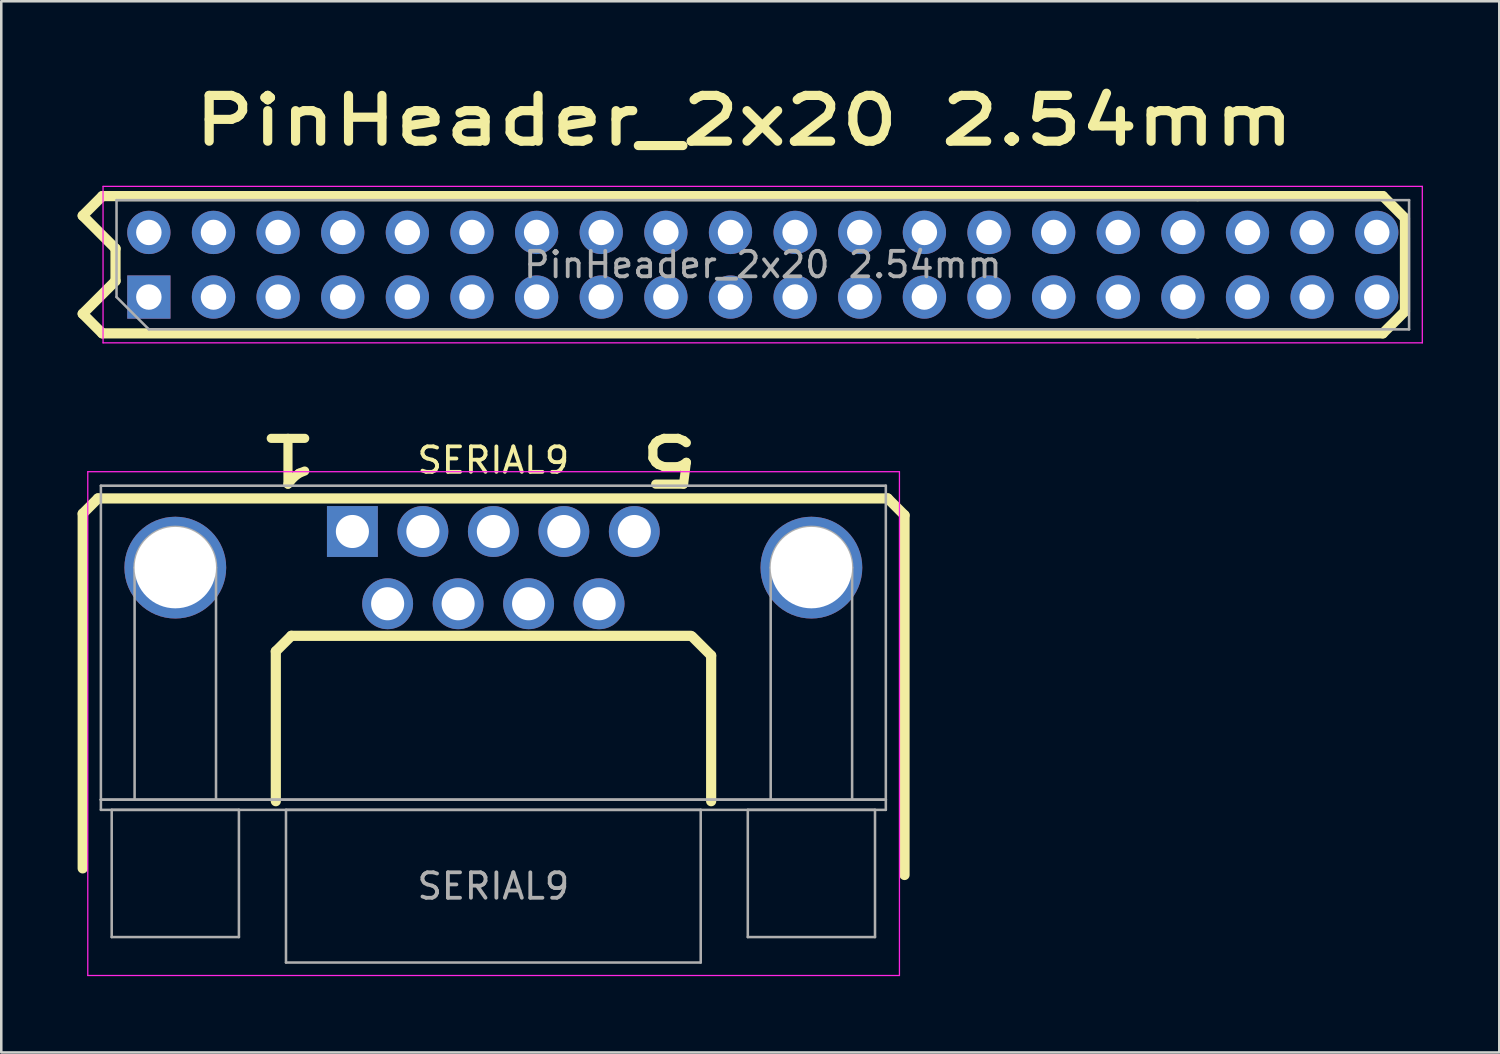
<source format=kicad_pcb>
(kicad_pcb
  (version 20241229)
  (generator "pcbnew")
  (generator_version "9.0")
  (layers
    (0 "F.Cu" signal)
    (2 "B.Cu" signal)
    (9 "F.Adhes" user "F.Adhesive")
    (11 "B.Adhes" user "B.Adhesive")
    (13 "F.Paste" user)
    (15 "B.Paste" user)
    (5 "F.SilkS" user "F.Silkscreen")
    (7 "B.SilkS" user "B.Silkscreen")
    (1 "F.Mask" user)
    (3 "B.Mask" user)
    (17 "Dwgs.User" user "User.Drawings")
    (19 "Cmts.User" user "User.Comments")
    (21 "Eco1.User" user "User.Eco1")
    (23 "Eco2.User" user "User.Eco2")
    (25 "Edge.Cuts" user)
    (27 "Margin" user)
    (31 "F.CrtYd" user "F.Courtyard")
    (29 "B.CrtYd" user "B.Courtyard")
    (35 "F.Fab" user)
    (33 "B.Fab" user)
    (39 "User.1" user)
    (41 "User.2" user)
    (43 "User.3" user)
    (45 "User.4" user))
  (footprint "PinHeader_2x20 2.54mm"
    (layer "F.Cu")
    (at 2.73 8.635)
    (property "Reference" "PinHeader_2x20 2.54mm" (at 23.47 -6.95 0) (layer "F.SilkS") (effects (font (size 1.8 2.3) (thickness 0.36) (bold yes))))
    (attr through_hole)
    (fp_line (start -2.53 -3.208) (end -1.24 -1.917) (stroke (width 0.4) (type default)) (layer "F.SilkS"))
    (fp_line (start -2.53 0.647) (end -1.24 -0.642) (stroke (width 0.4) (type default)) (layer "F.SilkS"))
    (fp_line (start -1.76 -3.978) (end -2.53 -3.208) (stroke (width 0.4) (type default)) (layer "F.SilkS"))
    (fp_line (start -1.76 1.417) (end -2.53 0.647) (stroke (width 0.4) (type default)) (layer "F.SilkS"))
    (fp_line (start -1.24 -0.642) (end -1.24 -1.917) (stroke (width 0.4) (type default)) (layer "F.SilkS"))
    (fp_line (start 41.29 -3.978) (end -1.76 -3.978) (stroke (width 0.4) (type default)) (layer "F.SilkS"))
    (fp_line (start 41.29 -3.978) (end 48.57 -3.978) (stroke (width 0.4) (type default)) (layer "F.SilkS"))
    (fp_line (start 41.29 1.417) (end -1.76 1.417) (stroke (width 0.4) (type default)) (layer "F.SilkS"))
    (fp_line (start 41.29 1.417) (end 48.57 1.417) (stroke (width 0.4) (type default)) (layer "F.SilkS"))
    (fp_line (start 48.57 -3.978) (end 49.438 -3.11) (stroke (width 0.4) (type default)) (layer "F.SilkS"))
    (fp_line (start 48.57 1.417) (end 49.438 0.55) (stroke (width 0.4) (type default)) (layer "F.SilkS"))
    (fp_line (start 49.438 -3.11) (end 49.438 0.55) (stroke (width 0.4) (type default)) (layer "F.SilkS"))
    (fp_line (start -1.73 -4.36) (end -1.73 1.79) (stroke (width 0.05) (type solid)) (layer "F.CrtYd"))
    (fp_line (start -1.73 1.79) (end 50.12 1.79) (stroke (width 0.05) (type solid)) (layer "F.CrtYd"))
    (fp_line (start 50.12 -4.36) (end -1.73 -4.36) (stroke (width 0.05) (type solid)) (layer "F.CrtYd"))
    (fp_line (start 50.12 1.79) (end 50.12 -4.36) (stroke (width 0.05) (type solid)) (layer "F.CrtYd"))
    (fp_line (start -1.2 -3.82) (end 49.6 -3.82) (stroke (width 0.1) (type solid)) (layer "F.Fab"))
    (fp_line (start -1.2 -0.01) (end -1.2 -3.82) (stroke (width 0.1) (type solid)) (layer "F.Fab"))
    (fp_line (start 0.07 1.26) (end -1.2 -0.01) (stroke (width 0.1) (type solid)) (layer "F.Fab"))
    (fp_line (start 49.6 -3.82) (end 49.6 1.26) (stroke (width 0.1) (type solid)) (layer "F.Fab"))
    (fp_line (start 49.6 1.26) (end 0.07 1.26) (stroke (width 0.1) (type solid)) (layer "F.Fab"))
    (fp_text user "${REFERENCE}" (at 24.2 -1.28 0) (layer "F.Fab") (effects (font (size 1 1) (thickness 0.15))))
    (pad "1" thru_hole rect (at 0.07 -0.01 90) (size 1.7 1.7) (drill 1) (layers "*.Cu" "*.Mask"))
    (pad "2" thru_hole oval (at 0.07 -2.55 90) (size 1.7 1.7) (drill 1) (layers "*.Cu" "*.Mask"))
    (pad "3" thru_hole oval (at 2.61 -0.01 90) (size 1.7 1.7) (drill 1) (layers "*.Cu" "*.Mask"))
    (pad "4" thru_hole oval (at 2.61 -2.55 90) (size 1.7 1.7) (drill 1) (layers "*.Cu" "*.Mask"))
    (pad "5" thru_hole oval (at 5.15 -0.01 90) (size 1.7 1.7) (drill 1) (layers "*.Cu" "*.Mask"))
    (pad "6" thru_hole oval (at 5.15 -2.55 90) (size 1.7 1.7) (drill 1) (layers "*.Cu" "*.Mask"))
    (pad "7" thru_hole oval (at 7.69 -0.01 90) (size 1.7 1.7) (drill 1) (layers "*.Cu" "*.Mask"))
    (pad "8" thru_hole oval (at 7.69 -2.55 90) (size 1.7 1.7) (drill 1) (layers "*.Cu" "*.Mask"))
    (pad "9" thru_hole oval (at 10.23 -0.01 90) (size 1.7 1.7) (drill 1) (layers "*.Cu" "*.Mask"))
    (pad "10" thru_hole oval (at 10.23 -2.55 90) (size 1.7 1.7) (drill 1) (layers "*.Cu" "*.Mask"))
    (pad "11" thru_hole oval (at 12.77 -0.01 90) (size 1.7 1.7) (drill 1) (layers "*.Cu" "*.Mask"))
    (pad "12" thru_hole oval (at 12.77 -2.55 90) (size 1.7 1.7) (drill 1) (layers "*.Cu" "*.Mask"))
    (pad "13" thru_hole oval (at 15.31 -0.01 90) (size 1.7 1.7) (drill 1) (layers "*.Cu" "*.Mask"))
    (pad "14" thru_hole oval (at 15.31 -2.55 90) (size 1.7 1.7) (drill 1) (layers "*.Cu" "*.Mask"))
    (pad "15" thru_hole oval (at 17.85 -0.01 90) (size 1.7 1.7) (drill 1) (layers "*.Cu" "*.Mask"))
    (pad "16" thru_hole oval (at 17.85 -2.55 90) (size 1.7 1.7) (drill 1) (layers "*.Cu" "*.Mask"))
    (pad "17" thru_hole oval (at 20.39 -0.01 90) (size 1.7 1.7) (drill 1) (layers "*.Cu" "*.Mask"))
    (pad "18" thru_hole oval (at 20.39 -2.55 90) (size 1.7 1.7) (drill 1) (layers "*.Cu" "*.Mask"))
    (pad "19" thru_hole oval (at 22.93 -0.01 90) (size 1.7 1.7) (drill 1) (layers "*.Cu" "*.Mask"))
    (pad "20" thru_hole oval (at 22.93 -2.55 90) (size 1.7 1.7) (drill 1) (layers "*.Cu" "*.Mask"))
    (pad "21" thru_hole oval (at 25.47 -0.01 90) (size 1.7 1.7) (drill 1) (layers "*.Cu" "*.Mask"))
    (pad "22" thru_hole oval (at 25.47 -2.55 90) (size 1.7 1.7) (drill 1) (layers "*.Cu" "*.Mask"))
    (pad "23" thru_hole oval (at 28.01 -0.01 90) (size 1.7 1.7) (drill 1) (layers "*.Cu" "*.Mask"))
    (pad "24" thru_hole oval (at 28.01 -2.55 90) (size 1.7 1.7) (drill 1) (layers "*.Cu" "*.Mask"))
    (pad "25" thru_hole oval (at 30.55 -0.01 90) (size 1.7 1.7) (drill 1) (layers "*.Cu" "*.Mask"))
    (pad "26" thru_hole oval (at 30.55 -2.55 90) (size 1.7 1.7) (drill 1) (layers "*.Cu" "*.Mask"))
    (pad "27" thru_hole oval (at 33.09 -0.01 90) (size 1.7 1.7) (drill 1) (layers "*.Cu" "*.Mask"))
    (pad "28" thru_hole oval (at 33.09 -2.55 90) (size 1.7 1.7) (drill 1) (layers "*.Cu" "*.Mask"))
    (pad "29" thru_hole oval (at 35.63 -0.01 90) (size 1.7 1.7) (drill 1) (layers "*.Cu" "*.Mask"))
    (pad "30" thru_hole oval (at 35.63 -2.55 90) (size 1.7 1.7) (drill 1) (layers "*.Cu" "*.Mask"))
    (pad "31" thru_hole oval (at 38.17 -0.01 90) (size 1.7 1.7) (drill 1) (layers "*.Cu" "*.Mask"))
    (pad "32" thru_hole oval (at 38.17 -2.55 90) (size 1.7 1.7) (drill 1) (layers "*.Cu" "*.Mask"))
    (pad "33" thru_hole oval (at 40.71 -0.01 90) (size 1.7 1.7) (drill 1) (layers "*.Cu" "*.Mask"))
    (pad "34" thru_hole oval (at 40.71 -2.55 90) (size 1.7 1.7) (drill 1) (layers "*.Cu" "*.Mask"))
    (pad "35" thru_hole oval (at 43.25 -0.01 90) (size 1.7 1.7) (drill 1) (layers "*.Cu" "*.Mask"))
    (pad "36" thru_hole oval (at 43.25 -2.55 90) (size 1.7 1.7) (drill 1) (layers "*.Cu" "*.Mask"))
    (pad "37" thru_hole oval (at 45.79 -0.01 90) (size 1.7 1.7) (drill 1) (layers "*.Cu" "*.Mask"))
    (pad "38" thru_hole oval (at 45.79 -2.55 90) (size 1.7 1.7) (drill 1) (layers "*.Cu" "*.Mask"))
    (pad "39" thru_hole oval (at 48.33 -0.01 90) (size 1.7 1.7) (drill 1) (layers "*.Cu" "*.Mask"))
    (pad "40" thru_hole oval (at 48.33 -2.55 90) (size 1.7 1.7) (drill 1) (layers "*.Cu" "*.Mask")))
  (footprint "SERIAL9"
    (layer "F.Cu")
    (at 10.8 17.839)
    (property "Reference" "SERIAL9" (at 5.54 -2.8 0) (layer "F.SilkS") (effects (font (size 1 1) (thickness 0.15))))
    (attr through_hole)
    (fp_line (start -10.6 -0.7) (end -10.6 13.24) (stroke (width 0.4) (type default)) (layer "F.SilkS"))
    (fp_line (start -10 -1.3) (end -10.6 -0.7) (stroke (width 0.4) (type default)) (layer "F.SilkS"))
    (fp_line (start -3.01 4.71) (end -3.01 10.6) (stroke (width 0.4) (type default)) (layer "F.SilkS"))
    (fp_line (start -2.4 4.1) (end -3.01 4.71) (stroke (width 0.4) (type default)) (layer "F.SilkS"))
    (fp_line (start 13.3 4.1) (end -2.4 4.1) (stroke (width 0.4) (type default)) (layer "F.SilkS"))
    (fp_line (start 14.1 4.875) (end 13.35 4.125) (stroke (width 0.4) (type default)) (layer "F.SilkS"))
    (fp_line (start 14.1 10.6) (end 14.1 4.875) (stroke (width 0.4) (type default)) (layer "F.SilkS"))
    (fp_line (start 21.04 -1.3) (end -10 -1.3) (stroke (width 0.4) (type default)) (layer "F.SilkS"))
    (fp_line (start 21.7 -0.64) (end 21.04 -1.3) (stroke (width 0.4) (type default)) (layer "F.SilkS"))
    (fp_line (start 21.7 13.5) (end 21.7 -0.64) (stroke (width 0.4) (type default)) (layer "F.SilkS"))
    (fp_line (start -10.4 -2.35) (end -10.4 17.45) (stroke (width 0.05) (type solid)) (layer "F.CrtYd"))
    (fp_line (start -10.4 17.45) (end 21.5 17.45) (stroke (width 0.05) (type solid)) (layer "F.CrtYd"))
    (fp_line (start 21.5 -2.35) (end -10.4 -2.35) (stroke (width 0.05) (type solid)) (layer "F.CrtYd"))
    (fp_line (start 21.5 17.45) (end 21.5 -2.35) (stroke (width 0.05) (type solid)) (layer "F.CrtYd"))
    (fp_line (start -9.885 -1.8) (end -9.885 10.54) (stroke (width 0.1) (type solid)) (layer "F.Fab"))
    (fp_line (start -9.885 10.54) (end -9.885 10.94) (stroke (width 0.1) (type solid)) (layer "F.Fab"))
    (fp_line (start -9.885 10.54) (end 20.965 10.54) (stroke (width 0.1) (type solid)) (layer "F.Fab"))
    (fp_line (start -9.885 10.94) (end 20.965 10.94) (stroke (width 0.1) (type solid)) (layer "F.Fab"))
    (fp_line (start -9.46 10.94) (end -9.46 15.94) (stroke (width 0.1) (type solid)) (layer "F.Fab"))
    (fp_line (start -9.46 15.94) (end -4.46 15.94) (stroke (width 0.1) (type solid)) (layer "F.Fab"))
    (fp_line (start -8.56 10.54) (end -8.56 1.42) (stroke (width 0.1) (type solid)) (layer "F.Fab"))
    (fp_line (start -5.36 10.54) (end -5.36 1.42) (stroke (width 0.1) (type solid)) (layer "F.Fab"))
    (fp_line (start -4.46 10.94) (end -9.46 10.94) (stroke (width 0.1) (type solid)) (layer "F.Fab"))
    (fp_line (start -4.46 15.94) (end -4.46 10.94) (stroke (width 0.1) (type solid)) (layer "F.Fab"))
    (fp_line (start -2.61 10.94) (end -2.61 16.94) (stroke (width 0.1) (type solid)) (layer "F.Fab"))
    (fp_line (start -2.61 16.94) (end 13.69 16.94) (stroke (width 0.1) (type solid)) (layer "F.Fab"))
    (fp_line (start 13.69 10.94) (end -2.61 10.94) (stroke (width 0.1) (type solid)) (layer "F.Fab"))
    (fp_line (start 13.69 16.94) (end 13.69 10.94) (stroke (width 0.1) (type solid)) (layer "F.Fab"))
    (fp_line (start 15.54 10.94) (end 15.54 15.94) (stroke (width 0.1) (type solid)) (layer "F.Fab"))
    (fp_line (start 15.54 15.94) (end 20.54 15.94) (stroke (width 0.1) (type solid)) (layer "F.Fab"))
    (fp_line (start 16.44 10.54) (end 16.44 1.42) (stroke (width 0.1) (type solid)) (layer "F.Fab"))
    (fp_line (start 19.64 10.54) (end 19.64 1.42) (stroke (width 0.1) (type solid)) (layer "F.Fab"))
    (fp_line (start 20.54 10.94) (end 15.54 10.94) (stroke (width 0.1) (type solid)) (layer "F.Fab"))
    (fp_line (start 20.54 15.94) (end 20.54 10.94) (stroke (width 0.1) (type solid)) (layer "F.Fab"))
    (fp_line (start 20.965 -1.8) (end -9.885 -1.8) (stroke (width 0.1) (type solid)) (layer "F.Fab"))
    (fp_line (start 20.965 10.54) (end -9.885 10.54) (stroke (width 0.1) (type solid)) (layer "F.Fab"))
    (fp_line (start 20.965 10.54) (end 20.965 -1.8) (stroke (width 0.1) (type solid)) (layer "F.Fab"))
    (fp_line (start 20.965 10.94) (end 20.965 10.54) (stroke (width 0.1) (type solid)) (layer "F.Fab"))
    (fp_arc (start -8.56 1.42) (mid -6.96 -0.18) (end -5.36 1.42) (stroke (width 0.1) (type solid)) (layer "F.Fab"))
    (fp_arc (start 16.44 1.42) (mid 18.04 -0.18) (end 19.64 1.42) (stroke (width 0.1) (type solid)) (layer "F.Fab"))
    (fp_text user "5" (at 13.8 -3.9 180) (unlocked yes) (layer "F.SilkS") (effects (font (size 1.8 2.3) (thickness 0.36) (bold yes)) (justify left bottom)))
    (fp_text user "1" (at -1.2 -3.9 180) (unlocked yes) (layer "F.SilkS") (effects (font (size 1.8 2.3) (thickness 0.36) (bold yes)) (justify left bottom)))
    (fp_text user "${REFERENCE}" (at 5.54 13.94 0) (layer "F.Fab") (effects (font (size 1 1) (thickness 0.15))))
    (pad "0" thru_hole circle (at -6.96 1.42) (size 4 4) (drill 3.2) (layers "*.Cu" "*.Mask"))
    (pad "0" thru_hole circle (at 18.04 1.42) (size 4 4) (drill 3.2) (layers "*.Cu" "*.Mask"))
    (pad "1" thru_hole rect (at 0 0) (size 2 2) (drill 1.3) (layers "*.Cu" "*.Mask"))
    (pad "2" thru_hole circle (at 2.77 0) (size 2 2) (drill 1.3) (layers "*.Cu" "*.Mask"))
    (pad "3" thru_hole circle (at 5.54 0) (size 2 2) (drill 1.3) (layers "*.Cu" "*.Mask"))
    (pad "4" thru_hole circle (at 8.31 0) (size 2 2) (drill 1.3) (layers "*.Cu" "*.Mask"))
    (pad "5" thru_hole circle (at 11.08 0) (size 2 2) (drill 1.3) (layers "*.Cu" "*.Mask"))
    (pad "6" thru_hole circle (at 1.385 2.84) (size 2 2) (drill 1.3) (layers "*.Cu" "*.Mask"))
    (pad "7" thru_hole circle (at 4.155 2.84) (size 2 2) (drill 1.3) (layers "*.Cu" "*.Mask"))
    (pad "8" thru_hole circle (at 6.925 2.84) (size 2 2) (drill 1.3) (layers "*.Cu" "*.Mask"))
    (pad "9" thru_hole circle (at 9.695 2.84) (size 2 2) (drill 1.3) (layers "*.Cu" "*.Mask")))
  (gr_rect
    (start -3 -3)
    (end 55.875 38.314)
    (stroke (width 0.1) (type default))
    (fill no)
    (layer "Edge.Cuts")))
</source>
